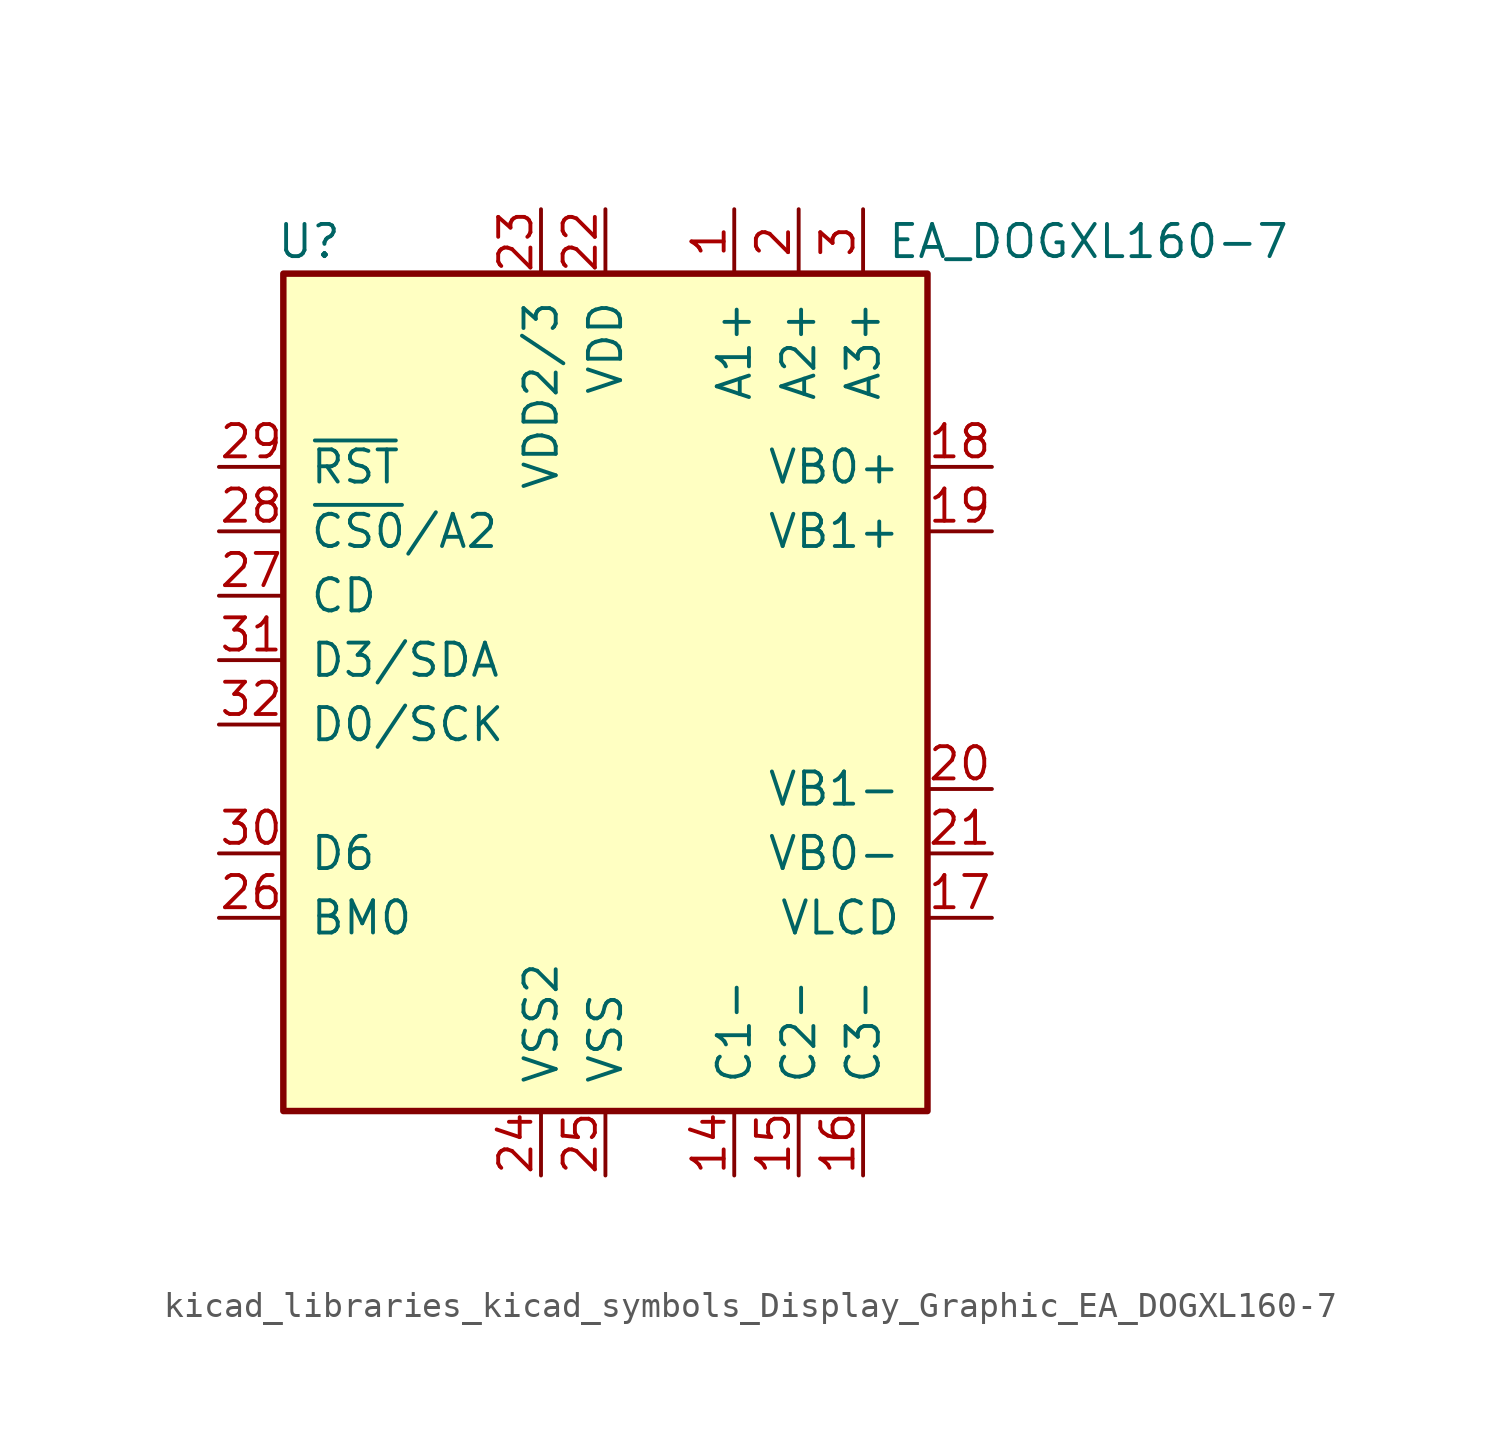
<source format=kicad_sym>
(kicad_symbol_lib
  (version 20220914)
  (generator kicad_symbol_editor)
  (symbol "kicad_libraries_kicad_symbols_Display_Graphic_EA_DOGXL160-7"
    (pin_names
      (offset 1.016))
    (property "Reference" "U"
      (at -11.684 16.51 0)
      (effects (font (size 1.27 1.27))))
    (property "Value" "EA_DOGXL160-7"
      (at 19.05 16.51 0)
      (effects (font (size 1.27 1.27))))
    (symbol "kicad_libraries_kicad_symbols_Display_Graphic_EA_DOGXL160-7_0_1"
      (rectangle (start -12.7 15.24) (end 12.7 -17.78) (stroke (width 0.254) (type default)) (fill (type background))))
    (symbol "kicad_libraries_kicad_symbols_Display_Graphic_EA_DOGXL160-7_1_1"
      (pin power_in line (at 5.08 17.78 270) (length 2.54) (name "A1+" (effects (font (size 1.27 1.27)))) (number "1" (effects (font (size 1.27 1.27)))))
      (pin power_in line (at 5.08 -20.32 90) (length 2.54) (name "C1-" (effects (font (size 1.27 1.27)))) (number "14" (effects (font (size 1.27 1.27)))))
      (pin power_in line (at 7.62 -20.32 90) (length 2.54) (name "C2-" (effects (font (size 1.27 1.27)))) (number "15" (effects (font (size 1.27 1.27)))))
      (pin power_in line (at 10.16 -20.32 90) (length 2.54) (name "C3-" (effects (font (size 1.27 1.27)))) (number "16" (effects (font (size 1.27 1.27)))))
      (pin passive line (at 15.24 -10.16 180) (length 2.54) (name "VLCD" (effects (font (size 1.27 1.27)))) (number "17" (effects (font (size 1.27 1.27)))))
      (pin passive line (at 15.24 7.62 180) (length 2.54) (name "VB0+" (effects (font (size 1.27 1.27)))) (number "18" (effects (font (size 1.27 1.27)))))
      (pin passive line (at 15.24 5.08 180) (length 2.54) (name "VB1+" (effects (font (size 1.27 1.27)))) (number "19" (effects (font (size 1.27 1.27)))))
      (pin power_in line (at 7.62 17.78 270) (length 2.54) (name "A2+" (effects (font (size 1.27 1.27)))) (number "2" (effects (font (size 1.27 1.27)))))
      (pin passive line (at 15.24 -5.08 180) (length 2.54) (name "VB1-" (effects (font (size 1.27 1.27)))) (number "20" (effects (font (size 1.27 1.27)))))
      (pin passive line (at 15.24 -7.62 180) (length 2.54) (name "VB0-" (effects (font (size 1.27 1.27)))) (number "21" (effects (font (size 1.27 1.27)))))
      (pin power_in line (at 0 17.78 270) (length 2.54) (name "VDD" (effects (font (size 1.27 1.27)))) (number "22" (effects (font (size 1.27 1.27)))))
      (pin power_in line (at -2.54 17.78 270) (length 2.54) (name "VDD2/3" (effects (font (size 1.27 1.27)))) (number "23" (effects (font (size 1.27 1.27)))))
      (pin power_in line (at -2.54 -20.32 90) (length 2.54) (name "VSS2" (effects (font (size 1.27 1.27)))) (number "24" (effects (font (size 1.27 1.27)))))
      (pin power_in line (at 0 -20.32 90) (length 2.54) (name "VSS" (effects (font (size 1.27 1.27)))) (number "25" (effects (font (size 1.27 1.27)))))
      (pin input line (at -15.24 -10.16 0) (length 2.54) (name "BM0" (effects (font (size 1.27 1.27)))) (number "26" (effects (font (size 1.27 1.27)))))
      (pin input line (at -15.24 2.54 0) (length 2.54) (name "CD" (effects (font (size 1.27 1.27)))) (number "27" (effects (font (size 1.27 1.27)))))
      (pin input line (at -15.24 5.08 0) (length 2.54) (name "~{CS0}/A2" (effects (font (size 1.27 1.27)))) (number "28" (effects (font (size 1.27 1.27)))))
      (pin input line (at -15.24 7.62 0) (length 2.54) (name "~{RST}" (effects (font (size 1.27 1.27)))) (number "29" (effects (font (size 1.27 1.27)))))
      (pin power_in line (at 10.16 17.78 270) (length 2.54) (name "A3+" (effects (font (size 1.27 1.27)))) (number "3" (effects (font (size 1.27 1.27)))))
      (pin input line (at -15.24 -7.62 0) (length 2.54) (name "D6" (effects (font (size 1.27 1.27)))) (number "30" (effects (font (size 1.27 1.27)))))
      (pin bidirectional line (at -15.24 0 0) (length 2.54) (name "D3/SDA" (effects (font (size 1.27 1.27)))) (number "31" (effects (font (size 1.27 1.27)))))
      (pin input line (at -15.24 -2.54 0) (length 2.54) (name "D0/SCK" (effects (font (size 1.27 1.27)))) (number "32" (effects (font (size 1.27 1.27))))))))
</source>
